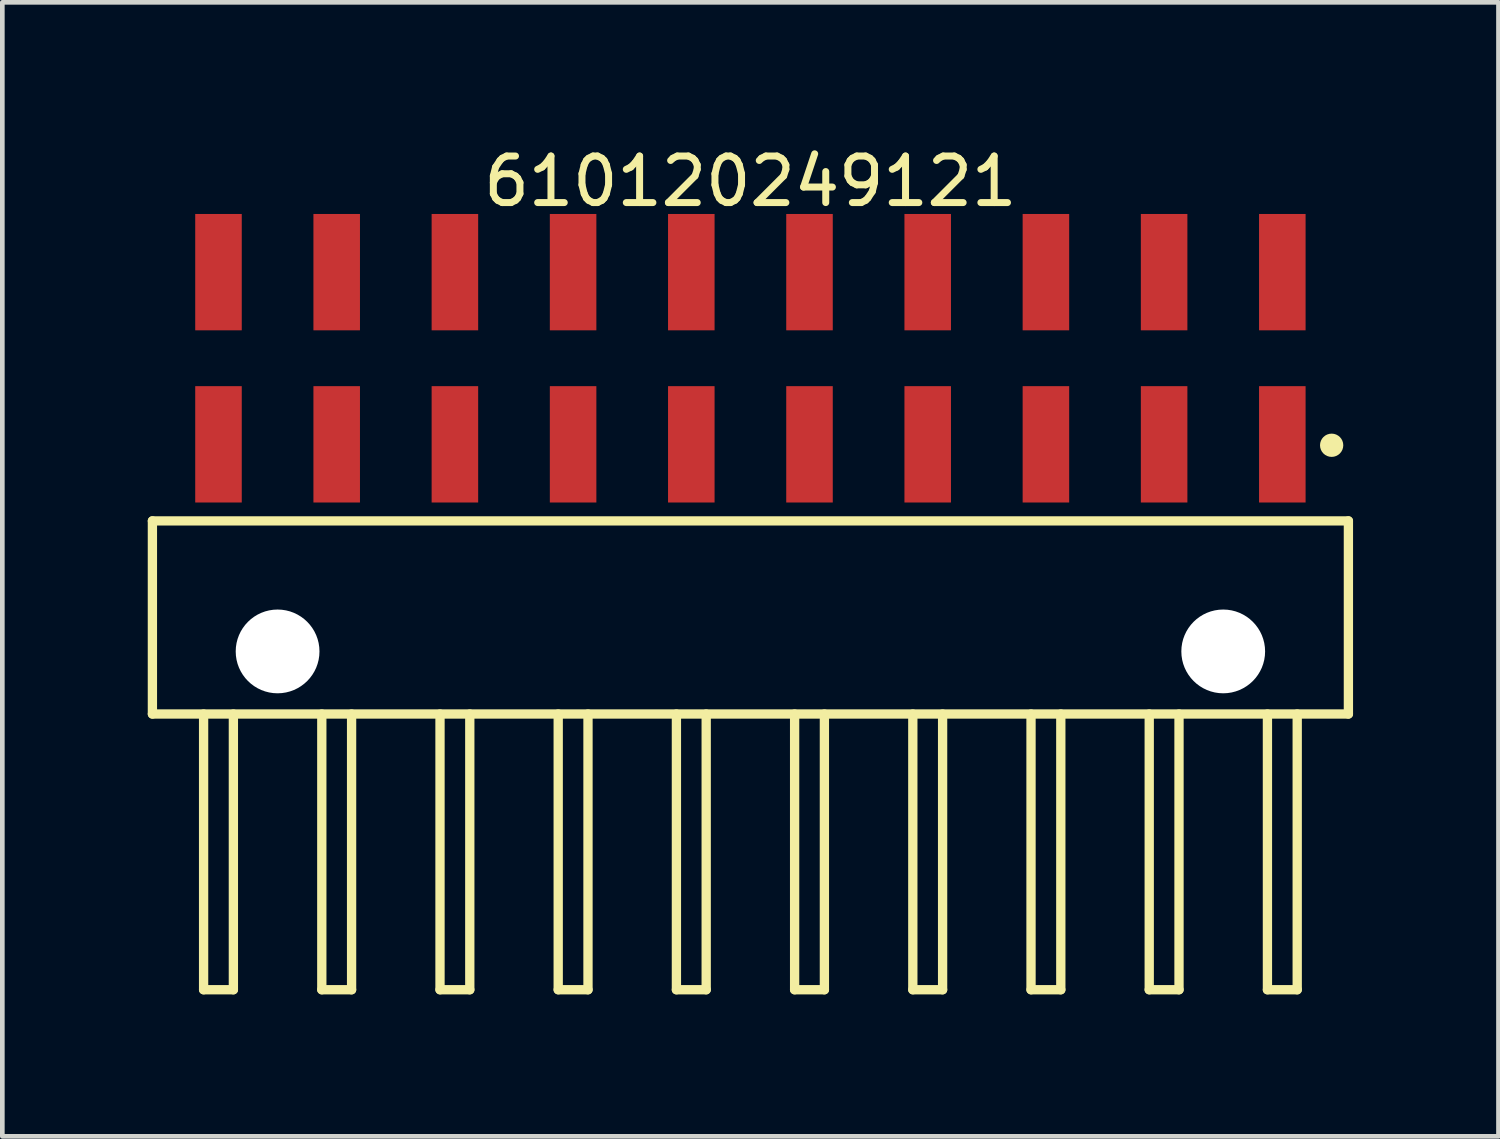
<source format=kicad_pcb>
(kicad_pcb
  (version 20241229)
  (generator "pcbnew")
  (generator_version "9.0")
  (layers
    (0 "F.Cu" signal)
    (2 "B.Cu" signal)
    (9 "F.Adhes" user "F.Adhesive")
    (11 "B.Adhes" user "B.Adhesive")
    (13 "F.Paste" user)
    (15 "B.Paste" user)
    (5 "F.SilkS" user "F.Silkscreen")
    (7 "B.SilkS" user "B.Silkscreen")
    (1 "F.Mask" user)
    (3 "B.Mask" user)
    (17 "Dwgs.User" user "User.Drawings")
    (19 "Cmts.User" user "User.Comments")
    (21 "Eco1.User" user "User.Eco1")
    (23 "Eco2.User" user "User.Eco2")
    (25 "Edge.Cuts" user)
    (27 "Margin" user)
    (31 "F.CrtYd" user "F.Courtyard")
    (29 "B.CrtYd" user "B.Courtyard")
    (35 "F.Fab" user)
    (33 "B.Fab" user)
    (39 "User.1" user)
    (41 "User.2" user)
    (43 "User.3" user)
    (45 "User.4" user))
  (footprint "610120249121"
    (layer "F.Cu")
    (at 13.075 10.218)
    (property "Reference" "610120249121" (at 0 -9.37 0) (layer "F.SilkS") (effects (font (size 1 1) (thickness 0.15))))
    (fp_line (start -12.85 -2.075) (end 12.85 -2.075) (stroke (width 0.2) (type solid)) (layer "F.SilkS"))
    (fp_line (start -12.85 2.075) (end -12.85 -2.075) (stroke (width 0.2) (type solid)) (layer "F.SilkS"))
    (fp_line (start -12.85 2.075) (end 12.85 2.075) (stroke (width 0.2) (type solid)) (layer "F.SilkS"))
    (fp_line (start -11.75 8) (end -11.75 2.075) (stroke (width 0.2) (type solid)) (layer "F.SilkS"))
    (fp_line (start -11.75 8) (end -11.11 8) (stroke (width 0.2) (type solid)) (layer "F.SilkS"))
    (fp_line (start -11.11 8) (end -11.11 2.075) (stroke (width 0.2) (type solid)) (layer "F.SilkS"))
    (fp_line (start -9.21 8) (end -9.21 2.075) (stroke (width 0.2) (type solid)) (layer "F.SilkS"))
    (fp_line (start -9.21 8) (end -8.57 8) (stroke (width 0.2) (type solid)) (layer "F.SilkS"))
    (fp_line (start -8.57 8) (end -8.57 2.075) (stroke (width 0.2) (type solid)) (layer "F.SilkS"))
    (fp_line (start -6.67 8) (end -6.67 2.075) (stroke (width 0.2) (type solid)) (layer "F.SilkS"))
    (fp_line (start -6.67 8) (end -6.03 8) (stroke (width 0.2) (type solid)) (layer "F.SilkS"))
    (fp_line (start -6.03 8) (end -6.03 2.075) (stroke (width 0.2) (type solid)) (layer "F.SilkS"))
    (fp_line (start -4.13 8) (end -4.13 2.075) (stroke (width 0.2) (type solid)) (layer "F.SilkS"))
    (fp_line (start -4.13 8) (end -3.49 8) (stroke (width 0.2) (type solid)) (layer "F.SilkS"))
    (fp_line (start -3.49 8) (end -3.49 2.075) (stroke (width 0.2) (type solid)) (layer "F.SilkS"))
    (fp_line (start -1.59 8) (end -1.59 2.075) (stroke (width 0.2) (type solid)) (layer "F.SilkS"))
    (fp_line (start -1.59 8) (end -0.95 8) (stroke (width 0.2) (type solid)) (layer "F.SilkS"))
    (fp_line (start -0.95 8) (end -0.95 2.075) (stroke (width 0.2) (type solid)) (layer "F.SilkS"))
    (fp_line (start 0.95 8) (end 0.95 2.075) (stroke (width 0.2) (type solid)) (layer "F.SilkS"))
    (fp_line (start 0.95 8) (end 1.59 8) (stroke (width 0.2) (type solid)) (layer "F.SilkS"))
    (fp_line (start 1.59 8) (end 1.59 2.075) (stroke (width 0.2) (type solid)) (layer "F.SilkS"))
    (fp_line (start 3.49 8) (end 3.49 2.075) (stroke (width 0.2) (type solid)) (layer "F.SilkS"))
    (fp_line (start 3.49 8) (end 4.13 8) (stroke (width 0.2) (type solid)) (layer "F.SilkS"))
    (fp_line (start 4.13 8) (end 4.13 2.075) (stroke (width 0.2) (type solid)) (layer "F.SilkS"))
    (fp_line (start 6.03 8) (end 6.03 2.075) (stroke (width 0.2) (type solid)) (layer "F.SilkS"))
    (fp_line (start 6.03 8) (end 6.67 8) (stroke (width 0.2) (type solid)) (layer "F.SilkS"))
    (fp_line (start 6.67 8) (end 6.67 2.075) (stroke (width 0.2) (type solid)) (layer "F.SilkS"))
    (fp_line (start 8.57 8) (end 8.57 2.075) (stroke (width 0.2) (type solid)) (layer "F.SilkS"))
    (fp_line (start 8.57 8) (end 9.21 8) (stroke (width 0.2) (type solid)) (layer "F.SilkS"))
    (fp_line (start 9.21 8) (end 9.21 2.075) (stroke (width 0.2) (type solid)) (layer "F.SilkS"))
    (fp_line (start 11.11 8) (end 11.11 2.075) (stroke (width 0.2) (type solid)) (layer "F.SilkS"))
    (fp_line (start 11.11 8) (end 11.75 8) (stroke (width 0.2) (type solid)) (layer "F.SilkS"))
    (fp_line (start 11.75 8) (end 11.75 2.075) (stroke (width 0.2) (type solid)) (layer "F.SilkS"))
    (fp_line (start 12.85 2.075) (end 12.85 -2.075) (stroke (width 0.2) (type solid)) (layer "F.SilkS"))
    (fp_circle (center 12.49 -3.7) (end 12.49 -3.825) (stroke (width 0.25) (type solid)) (fill no) (layer "F.SilkS"))
    (fp_line (start -13.05 -8.87) (end 13.05 -8.87) (stroke (width 0.05) (type solid)) (layer "Eco2.User"))
    (fp_line (start -13.05 8.125) (end -13.05 -8.87) (stroke (width 0.05) (type solid)) (layer "Eco2.User"))
    (fp_line (start -13.05 8.125) (end 13.05 8.125) (stroke (width 0.05) (type solid)) (layer "Eco2.User"))
    (fp_line (start -12.7 -2) (end 12.7 -2) (stroke (width 0.1) (type solid)) (layer "Eco2.User"))
    (fp_line (start -12.7 2) (end -12.7 -2) (stroke (width 0.1) (type solid)) (layer "Eco2.User"))
    (fp_line (start -12.7 2) (end 12.7 2) (stroke (width 0.1) (type solid)) (layer "Eco2.User"))
    (fp_line (start -11.76 -8.16) (end -11.12 -8.16) (stroke (width 0.1) (type solid)) (layer "Eco2.User"))
    (fp_line (start -11.76 -7.815) (end -11.76 -8.16) (stroke (width 0.1) (type solid)) (layer "Eco2.User"))
    (fp_line (start -11.76 -7.535) (end -11.76 -7.815) (stroke (width 0.1) (type solid)) (layer "Eco2.User"))
    (fp_line (start -11.76 -4.48) (end -11.12 -4.48) (stroke (width 0.1) (type solid)) (layer "Eco2.User"))
    (fp_line (start -11.76 -4.135) (end -11.76 -4.26) (stroke (width 0.1) (type solid)) (layer "Eco2.User"))
    (fp_line (start -11.76 -2) (end -11.76 -8.16) (stroke (width 0.1) (type solid)) (layer "Eco2.User"))
    (fp_line (start -11.75 8) (end -11.75 2) (stroke (width 0.1) (type solid)) (layer "Eco2.User"))
    (fp_line (start -11.75 8) (end -11.11 8) (stroke (width 0.1) (type solid)) (layer "Eco2.User"))
    (fp_line (start -11.12 -7.815) (end -11.12 -8.16) (stroke (width 0.1) (type solid)) (layer "Eco2.User"))
    (fp_line (start -11.12 -7.535) (end -11.12 -7.815) (stroke (width 0.1) (type solid)) (layer "Eco2.User"))
    (fp_line (start -11.12 -4.135) (end -11.12 -4.26) (stroke (width 0.1) (type solid)) (layer "Eco2.User"))
    (fp_line (start -11.12 -2) (end -11.12 -8.16) (stroke (width 0.1) (type solid)) (layer "Eco2.User"))
    (fp_line (start -11.11 8) (end -11.11 2) (stroke (width 0.1) (type solid)) (layer "Eco2.User"))
    (fp_line (start -9.22 -8.16) (end -8.58 -8.16) (stroke (width 0.1) (type solid)) (layer "Eco2.User"))
    (fp_line (start -9.22 -7.815) (end -9.22 -8.16) (stroke (width 0.1) (type solid)) (layer "Eco2.User"))
    (fp_line (start -9.22 -7.535) (end -9.22 -7.815) (stroke (width 0.1) (type solid)) (layer "Eco2.User"))
    (fp_line (start -9.22 -4.48) (end -8.58 -4.48) (stroke (width 0.1) (type solid)) (layer "Eco2.User"))
    (fp_line (start -9.22 -4.135) (end -9.22 -4.26) (stroke (width 0.1) (type solid)) (layer "Eco2.User"))
    (fp_line (start -9.22 -2) (end -9.22 -8.16) (stroke (width 0.1) (type solid)) (layer "Eco2.User"))
    (fp_line (start -9.21 8) (end -9.21 2) (stroke (width 0.1) (type solid)) (layer "Eco2.User"))
    (fp_line (start -9.21 8) (end -8.57 8) (stroke (width 0.1) (type solid)) (layer "Eco2.User"))
    (fp_line (start -8.58 -7.815) (end -8.58 -8.16) (stroke (width 0.1) (type solid)) (layer "Eco2.User"))
    (fp_line (start -8.58 -7.535) (end -8.58 -7.815) (stroke (width 0.1) (type solid)) (layer "Eco2.User"))
    (fp_line (start -8.58 -4.135) (end -8.58 -4.26) (stroke (width 0.1) (type solid)) (layer "Eco2.User"))
    (fp_line (start -8.58 -2) (end -8.58 -8.16) (stroke (width 0.1) (type solid)) (layer "Eco2.User"))
    (fp_line (start -8.57 8) (end -8.57 2) (stroke (width 0.1) (type solid)) (layer "Eco2.User"))
    (fp_line (start -6.68 -8.16) (end -6.04 -8.16) (stroke (width 0.1) (type solid)) (layer "Eco2.User"))
    (fp_line (start -6.68 -7.815) (end -6.68 -8.16) (stroke (width 0.1) (type solid)) (layer "Eco2.User"))
    (fp_line (start -6.68 -7.535) (end -6.68 -7.815) (stroke (width 0.1) (type solid)) (layer "Eco2.User"))
    (fp_line (start -6.68 -4.48) (end -6.04 -4.48) (stroke (width 0.1) (type solid)) (layer "Eco2.User"))
    (fp_line (start -6.68 -4.135) (end -6.68 -4.26) (stroke (width 0.1) (type solid)) (layer "Eco2.User"))
    (fp_line (start -6.68 -2) (end -6.68 -8.16) (stroke (width 0.1) (type solid)) (layer "Eco2.User"))
    (fp_line (start -6.67 8) (end -6.67 2) (stroke (width 0.1) (type solid)) (layer "Eco2.User"))
    (fp_line (start -6.67 8) (end -6.03 8) (stroke (width 0.1) (type solid)) (layer "Eco2.User"))
    (fp_line (start -6.04 -7.815) (end -6.04 -8.16) (stroke (width 0.1) (type solid)) (layer "Eco2.User"))
    (fp_line (start -6.04 -7.535) (end -6.04 -7.815) (stroke (width 0.1) (type solid)) (layer "Eco2.User"))
    (fp_line (start -6.04 -4.135) (end -6.04 -4.26) (stroke (width 0.1) (type solid)) (layer "Eco2.User"))
    (fp_line (start -6.04 -2) (end -6.04 -8.16) (stroke (width 0.1) (type solid)) (layer "Eco2.User"))
    (fp_line (start -6.03 8) (end -6.03 2) (stroke (width 0.1) (type solid)) (layer "Eco2.User"))
    (fp_line (start -4.14 -8.16) (end -3.5 -8.16) (stroke (width 0.1) (type solid)) (layer "Eco2.User"))
    (fp_line (start -4.14 -7.815) (end -4.14 -8.16) (stroke (width 0.1) (type solid)) (layer "Eco2.User"))
    (fp_line (start -4.14 -7.535) (end -4.14 -7.815) (stroke (width 0.1) (type solid)) (layer "Eco2.User"))
    (fp_line (start -4.14 -4.48) (end -3.5 -4.48) (stroke (width 0.1) (type solid)) (layer "Eco2.User"))
    (fp_line (start -4.14 -4.135) (end -4.14 -4.26) (stroke (width 0.1) (type solid)) (layer "Eco2.User"))
    (fp_line (start -4.14 -2) (end -4.14 -8.16) (stroke (width 0.1) (type solid)) (layer "Eco2.User"))
    (fp_line (start -4.13 8) (end -4.13 2) (stroke (width 0.1) (type solid)) (layer "Eco2.User"))
    (fp_line (start -4.13 8) (end -3.49 8) (stroke (width 0.1) (type solid)) (layer "Eco2.User"))
    (fp_line (start -3.5 -7.815) (end -3.5 -8.16) (stroke (width 0.1) (type solid)) (layer "Eco2.User"))
    (fp_line (start -3.5 -7.535) (end -3.5 -7.815) (stroke (width 0.1) (type solid)) (layer "Eco2.User"))
    (fp_line (start -3.5 -4.135) (end -3.5 -4.26) (stroke (width 0.1) (type solid)) (layer "Eco2.User"))
    (fp_line (start -3.5 -2) (end -3.5 -8.16) (stroke (width 0.1) (type solid)) (layer "Eco2.User"))
    (fp_line (start -3.49 8) (end -3.49 2) (stroke (width 0.1) (type solid)) (layer "Eco2.User"))
    (fp_line (start -1.6 -8.16) (end -0.96 -8.16) (stroke (width 0.1) (type solid)) (layer "Eco2.User"))
    (fp_line (start -1.6 -7.815) (end -1.6 -8.16) (stroke (width 0.1) (type solid)) (layer "Eco2.User"))
    (fp_line (start -1.6 -7.535) (end -1.6 -7.815) (stroke (width 0.1) (type solid)) (layer "Eco2.User"))
    (fp_line (start -1.6 -4.48) (end -0.96 -4.48) (stroke (width 0.1) (type solid)) (layer "Eco2.User"))
    (fp_line (start -1.6 -4.135) (end -1.6 -4.26) (stroke (width 0.1) (type solid)) (layer "Eco2.User"))
    (fp_line (start -1.6 -2) (end -1.6 -8.16) (stroke (width 0.1) (type solid)) (layer "Eco2.User"))
    (fp_line (start -1.59 8) (end -1.59 2) (stroke (width 0.1) (type solid)) (layer "Eco2.User"))
    (fp_line (start -1.59 8) (end -0.95 8) (stroke (width 0.1) (type solid)) (layer "Eco2.User"))
    (fp_line (start -0.96 -7.815) (end -0.96 -8.16) (stroke (width 0.1) (type solid)) (layer "Eco2.User"))
    (fp_line (start -0.96 -7.535) (end -0.96 -7.815) (stroke (width 0.1) (type solid)) (layer "Eco2.User"))
    (fp_line (start -0.96 -4.135) (end -0.96 -4.26) (stroke (width 0.1) (type solid)) (layer "Eco2.User"))
    (fp_line (start -0.96 -2) (end -0.96 -8.16) (stroke (width 0.1) (type solid)) (layer "Eco2.User"))
    (fp_line (start -0.95 8) (end -0.95 2) (stroke (width 0.1) (type solid)) (layer "Eco2.User"))
    (fp_line (start -0.5 0) (end 0.5 0) (stroke (width 0.05) (type solid)) (layer "Eco2.User"))
    (fp_line (start 0 0.5) (end 0 -0.5) (stroke (width 0.05) (type solid)) (layer "Eco2.User"))
    (fp_line (start 0.94 -8.16) (end 1.58 -8.16) (stroke (width 0.1) (type solid)) (layer "Eco2.User"))
    (fp_line (start 0.94 -7.815) (end 0.94 -8.16) (stroke (width 0.1) (type solid)) (layer "Eco2.User"))
    (fp_line (start 0.94 -7.535) (end 0.94 -7.815) (stroke (width 0.1) (type solid)) (layer "Eco2.User"))
    (fp_line (start 0.94 -4.48) (end 1.58 -4.48) (stroke (width 0.1) (type solid)) (layer "Eco2.User"))
    (fp_line (start 0.94 -4.135) (end 0.94 -4.26) (stroke (width 0.1) (type solid)) (layer "Eco2.User"))
    (fp_line (start 0.94 -2) (end 0.94 -8.16) (stroke (width 0.1) (type solid)) (layer "Eco2.User"))
    (fp_line (start 0.95 8) (end 0.95 2) (stroke (width 0.1) (type solid)) (layer "Eco2.User"))
    (fp_line (start 0.95 8) (end 1.59 8) (stroke (width 0.1) (type solid)) (layer "Eco2.User"))
    (fp_line (start 1.58 -7.815) (end 1.58 -8.16) (stroke (width 0.1) (type solid)) (layer "Eco2.User"))
    (fp_line (start 1.58 -7.535) (end 1.58 -7.815) (stroke (width 0.1) (type solid)) (layer "Eco2.User"))
    (fp_line (start 1.58 -4.135) (end 1.58 -4.26) (stroke (width 0.1) (type solid)) (layer "Eco2.User"))
    (fp_line (start 1.58 -2) (end 1.58 -8.16) (stroke (width 0.1) (type solid)) (layer "Eco2.User"))
    (fp_line (start 1.59 8) (end 1.59 2) (stroke (width 0.1) (type solid)) (layer "Eco2.User"))
    (fp_line (start 3.48 -8.16) (end 4.12 -8.16) (stroke (width 0.1) (type solid)) (layer "Eco2.User"))
    (fp_line (start 3.48 -7.815) (end 3.48 -8.16) (stroke (width 0.1) (type solid)) (layer "Eco2.User"))
    (fp_line (start 3.48 -7.535) (end 3.48 -7.815) (stroke (width 0.1) (type solid)) (layer "Eco2.User"))
    (fp_line (start 3.48 -4.48) (end 4.12 -4.48) (stroke (width 0.1) (type solid)) (layer "Eco2.User"))
    (fp_line (start 3.48 -4.135) (end 3.48 -4.26) (stroke (width 0.1) (type solid)) (layer "Eco2.User"))
    (fp_line (start 3.48 -2) (end 3.48 -8.16) (stroke (width 0.1) (type solid)) (layer "Eco2.User"))
    (fp_line (start 3.49 8) (end 3.49 2) (stroke (width 0.1) (type solid)) (layer "Eco2.User"))
    (fp_line (start 3.49 8) (end 4.13 8) (stroke (width 0.1) (type solid)) (layer "Eco2.User"))
    (fp_line (start 4.12 -7.815) (end 4.12 -8.16) (stroke (width 0.1) (type solid)) (layer "Eco2.User"))
    (fp_line (start 4.12 -7.535) (end 4.12 -7.815) (stroke (width 0.1) (type solid)) (layer "Eco2.User"))
    (fp_line (start 4.12 -4.135) (end 4.12 -4.26) (stroke (width 0.1) (type solid)) (layer "Eco2.User"))
    (fp_line (start 4.12 -2) (end 4.12 -8.16) (stroke (width 0.1) (type solid)) (layer "Eco2.User"))
    (fp_line (start 4.13 8) (end 4.13 2) (stroke (width 0.1) (type solid)) (layer "Eco2.User"))
    (fp_line (start 6.02 -8.16) (end 6.66 -8.16) (stroke (width 0.1) (type solid)) (layer "Eco2.User"))
    (fp_line (start 6.02 -7.815) (end 6.02 -8.16) (stroke (width 0.1) (type solid)) (layer "Eco2.User"))
    (fp_line (start 6.02 -7.535) (end 6.02 -7.815) (stroke (width 0.1) (type solid)) (layer "Eco2.User"))
    (fp_line (start 6.02 -4.48) (end 6.66 -4.48) (stroke (width 0.1) (type solid)) (layer "Eco2.User"))
    (fp_line (start 6.02 -4.135) (end 6.02 -4.26) (stroke (width 0.1) (type solid)) (layer "Eco2.User"))
    (fp_line (start 6.02 -2) (end 6.02 -8.16) (stroke (width 0.1) (type solid)) (layer "Eco2.User"))
    (fp_line (start 6.03 8) (end 6.03 2) (stroke (width 0.1) (type solid)) (layer "Eco2.User"))
    (fp_line (start 6.03 8) (end 6.67 8) (stroke (width 0.1) (type solid)) (layer "Eco2.User"))
    (fp_line (start 6.66 -7.815) (end 6.66 -8.16) (stroke (width 0.1) (type solid)) (layer "Eco2.User"))
    (fp_line (start 6.66 -7.535) (end 6.66 -7.815) (stroke (width 0.1) (type solid)) (layer "Eco2.User"))
    (fp_line (start 6.66 -4.135) (end 6.66 -4.26) (stroke (width 0.1) (type solid)) (layer "Eco2.User"))
    (fp_line (start 6.66 -2) (end 6.66 -8.16) (stroke (width 0.1) (type solid)) (layer "Eco2.User"))
    (fp_line (start 6.67 8) (end 6.67 2) (stroke (width 0.1) (type solid)) (layer "Eco2.User"))
    (fp_line (start 8.56 -8.16) (end 9.2 -8.16) (stroke (width 0.1) (type solid)) (layer "Eco2.User"))
    (fp_line (start 8.56 -7.815) (end 8.56 -8.16) (stroke (width 0.1) (type solid)) (layer "Eco2.User"))
    (fp_line (start 8.56 -7.535) (end 8.56 -7.815) (stroke (width 0.1) (type solid)) (layer "Eco2.User"))
    (fp_line (start 8.56 -4.48) (end 9.2 -4.48) (stroke (width 0.1) (type solid)) (layer "Eco2.User"))
    (fp_line (start 8.56 -4.135) (end 8.56 -4.26) (stroke (width 0.1) (type solid)) (layer "Eco2.User"))
    (fp_line (start 8.56 -2) (end 8.56 -8.16) (stroke (width 0.1) (type solid)) (layer "Eco2.User"))
    (fp_line (start 8.57 8) (end 8.57 2) (stroke (width 0.1) (type solid)) (layer "Eco2.User"))
    (fp_line (start 8.57 8) (end 9.21 8) (stroke (width 0.1) (type solid)) (layer "Eco2.User"))
    (fp_line (start 9.2 -7.815) (end 9.2 -8.16) (stroke (width 0.1) (type solid)) (layer "Eco2.User"))
    (fp_line (start 9.2 -7.535) (end 9.2 -7.815) (stroke (width 0.1) (type solid)) (layer "Eco2.User"))
    (fp_line (start 9.2 -4.135) (end 9.2 -4.26) (stroke (width 0.1) (type solid)) (layer "Eco2.User"))
    (fp_line (start 9.2 -2) (end 9.2 -8.16) (stroke (width 0.1) (type solid)) (layer "Eco2.User"))
    (fp_line (start 9.21 8) (end 9.21 2) (stroke (width 0.1) (type solid)) (layer "Eco2.User"))
    (fp_line (start 11.1 -8.16) (end 11.74 -8.16) (stroke (width 0.1) (type solid)) (layer "Eco2.User"))
    (fp_line (start 11.1 -7.815) (end 11.1 -8.16) (stroke (width 0.1) (type solid)) (layer "Eco2.User"))
    (fp_line (start 11.1 -7.535) (end 11.1 -7.815) (stroke (width 0.1) (type solid)) (layer "Eco2.User"))
    (fp_line (start 11.1 -4.48) (end 11.74 -4.48) (stroke (width 0.1) (type solid)) (layer "Eco2.User"))
    (fp_line (start 11.1 -4.135) (end 11.1 -4.26) (stroke (width 0.1) (type solid)) (layer "Eco2.User"))
    (fp_line (start 11.1 -2) (end 11.1 -8.16) (stroke (width 0.1) (type solid)) (layer "Eco2.User"))
    (fp_line (start 11.11 8) (end 11.11 2) (stroke (width 0.1) (type solid)) (layer "Eco2.User"))
    (fp_line (start 11.11 8) (end 11.75 8) (stroke (width 0.1) (type solid)) (layer "Eco2.User"))
    (fp_line (start 11.74 -7.815) (end 11.74 -8.16) (stroke (width 0.1) (type solid)) (layer "Eco2.User"))
    (fp_line (start 11.74 -7.535) (end 11.74 -7.815) (stroke (width 0.1) (type solid)) (layer "Eco2.User"))
    (fp_line (start 11.74 -4.135) (end 11.74 -4.26) (stroke (width 0.1) (type solid)) (layer "Eco2.User"))
    (fp_line (start 11.74 -2) (end 11.74 -8.16) (stroke (width 0.1) (type solid)) (layer "Eco2.User"))
    (fp_line (start 11.75 8) (end 11.75 2) (stroke (width 0.1) (type solid)) (layer "Eco2.User"))
    (fp_line (start 12.7 2) (end 12.7 -2) (stroke (width 0.1) (type solid)) (layer "Eco2.User"))
    (fp_line (start 13.05 8.125) (end 13.05 -8.87) (stroke (width 0.05) (type solid)) (layer "Eco2.User"))
    (fp_text user "${REFERENCE}" (at 0.15 -0.197 0) (unlocked yes) (layer "User.3") (effects (font (size 1.5 1.5) (thickness 0.15))))
    (pad "" np_thru_hole circle (at -10.16 0.73) (size 1.8 1.8) (drill 1.8) (layers "*.Cu" "*.Mask"))
    (pad "" np_thru_hole circle (at 10.16 0.73) (size 1.8 1.8) (drill 1.8) (layers "*.Cu" "*.Mask"))
    (pad "1" smd rect (at 11.43 -3.72) (size 1 2.5) (layers "F.Cu" "F.Mask" "F.Paste"))
    (pad "2" smd rect (at 11.43 -7.42) (size 1 2.5) (layers "F.Cu" "F.Mask" "F.Paste"))
    (pad "3" smd rect (at 8.89 -3.72) (size 1 2.5) (layers "F.Cu" "F.Mask" "F.Paste"))
    (pad "4" smd rect (at 8.89 -7.42) (size 1 2.5) (layers "F.Cu" "F.Mask" "F.Paste"))
    (pad "5" smd rect (at 6.35 -3.72) (size 1 2.5) (layers "F.Cu" "F.Mask" "F.Paste"))
    (pad "6" smd rect (at 6.35 -7.42) (size 1 2.5) (layers "F.Cu" "F.Mask" "F.Paste"))
    (pad "7" smd rect (at 3.81 -3.72) (size 1 2.5) (layers "F.Cu" "F.Mask" "F.Paste"))
    (pad "8" smd rect (at 3.81 -7.42) (size 1 2.5) (layers "F.Cu" "F.Mask" "F.Paste"))
    (pad "9" smd rect (at 1.27 -3.72) (size 1 2.5) (layers "F.Cu" "F.Mask" "F.Paste"))
    (pad "10" smd rect (at 1.27 -7.42) (size 1 2.5) (layers "F.Cu" "F.Mask" "F.Paste"))
    (pad "11" smd rect (at -1.27 -3.72) (size 1 2.5) (layers "F.Cu" "F.Mask" "F.Paste"))
    (pad "12" smd rect (at -1.27 -7.42) (size 1 2.5) (layers "F.Cu" "F.Mask" "F.Paste"))
    (pad "13" smd rect (at -3.81 -3.72) (size 1 2.5) (layers "F.Cu" "F.Mask" "F.Paste"))
    (pad "14" smd rect (at -3.81 -7.42) (size 1 2.5) (layers "F.Cu" "F.Mask" "F.Paste"))
    (pad "15" smd rect (at -6.35 -3.72) (size 1 2.5) (layers "F.Cu" "F.Mask" "F.Paste"))
    (pad "16" smd rect (at -6.35 -7.42) (size 1 2.5) (layers "F.Cu" "F.Mask" "F.Paste"))
    (pad "17" smd rect (at -8.89 -3.72) (size 1 2.5) (layers "F.Cu" "F.Mask" "F.Paste"))
    (pad "18" smd rect (at -8.89 -7.42) (size 1 2.5) (layers "F.Cu" "F.Mask" "F.Paste"))
    (pad "19" smd rect (at -11.43 -3.72) (size 1 2.5) (layers "F.Cu" "F.Mask" "F.Paste"))
    (pad "20" smd rect (at -11.43 -7.42) (size 1 2.5) (layers "F.Cu" "F.Mask" "F.Paste")))
  (gr_rect
    (start -3 -3)
    (end 29.15 21.368)
    (stroke (width 0.1) (type default))
    (fill no)
    (layer "Edge.Cuts")))
</source>
